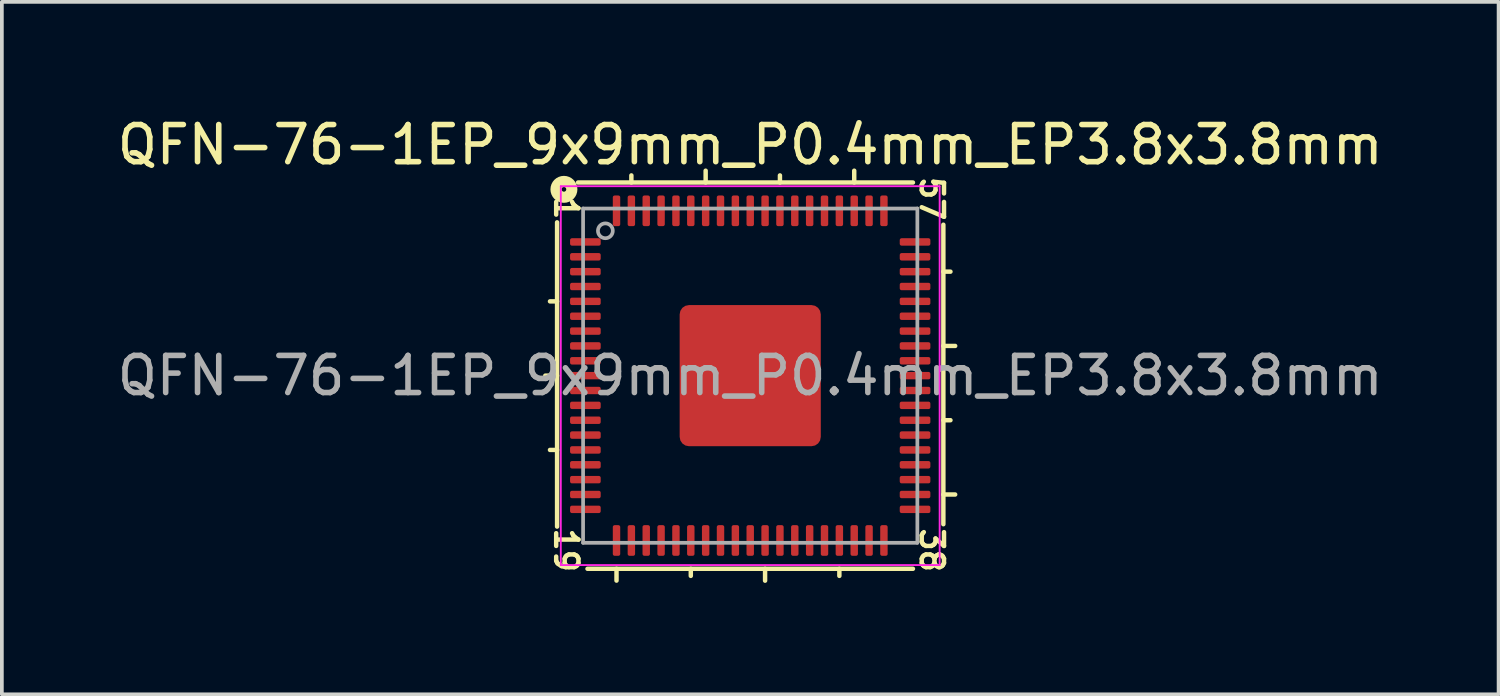
<source format=kicad_pcb>
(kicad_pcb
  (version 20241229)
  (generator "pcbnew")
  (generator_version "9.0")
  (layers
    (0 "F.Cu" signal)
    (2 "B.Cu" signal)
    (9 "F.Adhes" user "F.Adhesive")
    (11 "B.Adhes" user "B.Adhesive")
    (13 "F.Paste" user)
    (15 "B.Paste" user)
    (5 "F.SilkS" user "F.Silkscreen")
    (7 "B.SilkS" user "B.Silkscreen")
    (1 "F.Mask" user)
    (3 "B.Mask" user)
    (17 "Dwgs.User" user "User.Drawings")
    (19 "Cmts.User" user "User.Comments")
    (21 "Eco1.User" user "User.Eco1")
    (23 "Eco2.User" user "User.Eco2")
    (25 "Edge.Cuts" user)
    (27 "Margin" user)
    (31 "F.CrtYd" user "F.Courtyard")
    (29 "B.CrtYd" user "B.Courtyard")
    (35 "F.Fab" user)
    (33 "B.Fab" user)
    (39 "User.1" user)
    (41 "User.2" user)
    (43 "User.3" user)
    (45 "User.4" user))
  (footprint "QFN-76-1EP_9x9mm_P0.4mm_EP3.8x3.8mm"
    (layer "F.Cu")
    (at 17.149 7.064)
    (property "Reference" "QFN-76-1EP_9x9mm_P0.4mm_EP3.8x3.8mm" (at 0 -6.216 0) (layer "F.SilkS") (effects (font (size 1 1) (thickness 0.15))))
    (attr smd)
    (fp_line (start -5.2 -4.128) (end -5.2 4.064) (stroke (width 0.12) (type solid)) (layer "F.SilkS"))
    (fp_line (start -5.2 -2) (end -5.391 -2) (stroke (width 0.12) (type solid)) (layer "F.SilkS"))
    (fp_line (start -5.2 0) (end -5.518 0) (stroke (width 0.12) (type solid)) (layer "F.SilkS"))
    (fp_line (start -5.2 2) (end -5.391 2) (stroke (width 0.12) (type solid)) (layer "F.SilkS"))
    (fp_line (start -4.381 5.2) (end 4.381 5.2) (stroke (width 0.12) (type solid)) (layer "F.SilkS"))
    (fp_line (start -3.6 5.2) (end -3.6 5.518) (stroke (width 0.12) (type solid)) (layer "F.SilkS"))
    (fp_line (start -3.2 -5.2) (end -3.2 -5.391) (stroke (width 0.12) (type solid)) (layer "F.SilkS"))
    (fp_line (start -1.6 5.2) (end -1.6 5.391) (stroke (width 0.12) (type solid)) (layer "F.SilkS"))
    (fp_line (start -1.2 -5.2) (end -1.2 -5.518) (stroke (width 0.12) (type solid)) (layer "F.SilkS"))
    (fp_line (start 0.4 5.2) (end 0.4 5.52) (stroke (width 0.12) (type solid)) (layer "F.SilkS"))
    (fp_line (start 0.8 -5.2) (end 0.8 -5.391) (stroke (width 0.12) (type solid)) (layer "F.SilkS"))
    (fp_line (start 2.4 5.2) (end 2.4 5.391) (stroke (width 0.12) (type solid)) (layer "F.SilkS"))
    (fp_line (start 2.8 -5.2) (end 2.8 -5.518) (stroke (width 0.12) (type solid)) (layer "F.SilkS"))
    (fp_line (start 4.381 -5.2) (end -4.636 -5.2) (stroke (width 0.12) (type solid)) (layer "F.SilkS"))
    (fp_line (start 5.2 -2.8) (end 5.391 -2.8) (stroke (width 0.12) (type solid)) (layer "F.SilkS"))
    (fp_line (start 5.2 -0.8) (end 5.518 -0.8) (stroke (width 0.12) (type solid)) (layer "F.SilkS"))
    (fp_line (start 5.2 1.2) (end 5.391 1.2) (stroke (width 0.12) (type solid)) (layer "F.SilkS"))
    (fp_line (start 5.2 3.2) (end 5.518 3.2) (stroke (width 0.12) (type solid)) (layer "F.SilkS"))
    (fp_line (start 5.2 4) (end 5.2 -4.064) (stroke (width 0.12) (type solid)) (layer "F.SilkS"))
    (fp_circle (center -5.016 -5.016) (end -4.953 -5.016) (stroke (width 0.3) (type solid)) (fill no) (layer "F.SilkS"))
    (fp_line (start -5.1 -5.1) (end -5.1 5.1) (stroke (width 0.05) (type solid)) (layer "F.CrtYd"))
    (fp_line (start -5.1 5.1) (end 5.1 5.1) (stroke (width 0.05) (type solid)) (layer "F.CrtYd"))
    (fp_line (start 5.1 -5.1) (end -5.1 -5.1) (stroke (width 0.05) (type solid)) (layer "F.CrtYd"))
    (fp_line (start 5.1 5.1) (end 5.1 -5.1) (stroke (width 0.05) (type solid)) (layer "F.CrtYd"))
    (fp_line (start -4.5 -4.5) (end 4.5 -4.5) (stroke (width 0.1) (type solid)) (layer "F.Fab"))
    (fp_line (start -4.5 4.5) (end -4.5 -4.5) (stroke (width 0.1) (type solid)) (layer "F.Fab"))
    (fp_line (start 4.5 -4.5) (end 4.5 4.5) (stroke (width 0.1) (type solid)) (layer "F.Fab"))
    (fp_line (start 4.5 4.5) (end -4.5 4.5) (stroke (width 0.1) (type solid)) (layer "F.Fab"))
    (fp_circle (center -3.9 -3.9) (end -3.7 -3.9) (stroke (width 0.1) (type solid)) (fill no) (layer "F.Fab"))
    (fp_text user "38" (at 4.889 4.699 270) (unlocked yes) (layer "F.SilkS") (effects (font (size 0.6 0.6) (thickness 0.12))))
    (fp_text user "1" (at -4.953 -4.508 270) (unlocked yes) (layer "F.SilkS") (effects (font (size 0.6 0.6) (thickness 0.12))))
    (fp_text user "19" (at -4.953 4.699 270) (unlocked yes) (layer "F.SilkS") (effects (font (size 0.6 0.6) (thickness 0.12))))
    (fp_text user "57" (at 4.889 -4.763 270) (unlocked yes) (layer "F.SilkS") (effects (font (size 0.6 0.6) (thickness 0.12))))
    (fp_text user "${REFERENCE}" (at 0 0 0) (layer "F.Fab") (effects (font (size 1 1) (thickness 0.15))))
    (pad "" smd roundrect (at -1.27 -1.27) (size 1.02 1.02) (layers "F.Paste") (roundrect_rratio 0.245))
    (pad "" smd roundrect (at -1.27 0) (size 1.02 1.02) (layers "F.Paste") (roundrect_rratio 0.245))
    (pad "" smd roundrect (at -1.27 1.27) (size 1.02 1.02) (layers "F.Paste") (roundrect_rratio 0.245))
    (pad "" smd roundrect (at 0 -1.27) (size 1.02 1.02) (layers "F.Paste") (roundrect_rratio 0.245))
    (pad "" smd roundrect (at 0 0) (size 1.02 1.02) (layers "F.Paste") (roundrect_rratio 0.245))
    (pad "" smd roundrect (at 0 1.27) (size 1.02 1.02) (layers "F.Paste") (roundrect_rratio 0.245))
    (pad "" smd roundrect (at 1.27 -1.27) (size 1.02 1.02) (layers "F.Paste") (roundrect_rratio 0.245))
    (pad "" smd roundrect (at 1.27 0) (size 1.02 1.02) (layers "F.Paste") (roundrect_rratio 0.245))
    (pad "" smd roundrect (at 1.27 1.27) (size 1.02 1.02) (layers "F.Paste") (roundrect_rratio 0.245))
    (pad "1" smd roundrect (at -4.438 -3.6) (size 0.825 0.2) (layers "F.Cu" "F.Mask" "F.Paste") (roundrect_rratio 0.25))
    (pad "2" smd roundrect (at -4.438 -3.2) (size 0.825 0.2) (layers "F.Cu" "F.Mask" "F.Paste") (roundrect_rratio 0.25))
    (pad "3" smd roundrect (at -4.438 -2.8) (size 0.825 0.2) (layers "F.Cu" "F.Mask" "F.Paste") (roundrect_rratio 0.25))
    (pad "4" smd roundrect (at -4.438 -2.4) (size 0.825 0.2) (layers "F.Cu" "F.Mask" "F.Paste") (roundrect_rratio 0.25))
    (pad "5" smd roundrect (at -4.438 -2) (size 0.825 0.2) (layers "F.Cu" "F.Mask" "F.Paste") (roundrect_rratio 0.25))
    (pad "6" smd roundrect (at -4.438 -1.6) (size 0.825 0.2) (layers "F.Cu" "F.Mask" "F.Paste") (roundrect_rratio 0.25))
    (pad "7" smd roundrect (at -4.438 -1.2) (size 0.825 0.2) (layers "F.Cu" "F.Mask" "F.Paste") (roundrect_rratio 0.25))
    (pad "8" smd roundrect (at -4.438 -0.8) (size 0.825 0.2) (layers "F.Cu" "F.Mask" "F.Paste") (roundrect_rratio 0.25))
    (pad "9" smd roundrect (at -4.438 -0.4) (size 0.825 0.2) (layers "F.Cu" "F.Mask" "F.Paste") (roundrect_rratio 0.25))
    (pad "10" smd roundrect (at -4.438 0) (size 0.825 0.2) (layers "F.Cu" "F.Mask" "F.Paste") (roundrect_rratio 0.25))
    (pad "11" smd roundrect (at -4.438 0.4) (size 0.825 0.2) (layers "F.Cu" "F.Mask" "F.Paste") (roundrect_rratio 0.25))
    (pad "12" smd roundrect (at -4.438 0.8) (size 0.825 0.2) (layers "F.Cu" "F.Mask" "F.Paste") (roundrect_rratio 0.25))
    (pad "13" smd roundrect (at -4.438 1.2) (size 0.825 0.2) (layers "F.Cu" "F.Mask" "F.Paste") (roundrect_rratio 0.25))
    (pad "14" smd roundrect (at -4.438 1.6) (size 0.825 0.2) (layers "F.Cu" "F.Mask" "F.Paste") (roundrect_rratio 0.25))
    (pad "15" smd roundrect (at -4.438 2) (size 0.825 0.2) (layers "F.Cu" "F.Mask" "F.Paste") (roundrect_rratio 0.25))
    (pad "16" smd roundrect (at -4.438 2.4) (size 0.825 0.2) (layers "F.Cu" "F.Mask" "F.Paste") (roundrect_rratio 0.25))
    (pad "17" smd roundrect (at -4.438 2.8) (size 0.825 0.2) (layers "F.Cu" "F.Mask" "F.Paste") (roundrect_rratio 0.25))
    (pad "18" smd roundrect (at -4.438 3.2) (size 0.825 0.2) (layers "F.Cu" "F.Mask" "F.Paste") (roundrect_rratio 0.25))
    (pad "19" smd roundrect (at -4.438 3.6) (size 0.825 0.2) (layers "F.Cu" "F.Mask" "F.Paste") (roundrect_rratio 0.25))
    (pad "20" smd roundrect (at -3.6 4.438) (size 0.2 0.825) (layers "F.Cu" "F.Mask" "F.Paste") (roundrect_rratio 0.25))
    (pad "21" smd roundrect (at -3.2 4.438) (size 0.2 0.825) (layers "F.Cu" "F.Mask" "F.Paste") (roundrect_rratio 0.25))
    (pad "22" smd roundrect (at -2.8 4.438) (size 0.2 0.825) (layers "F.Cu" "F.Mask" "F.Paste") (roundrect_rratio 0.25))
    (pad "23" smd roundrect (at -2.4 4.438) (size 0.2 0.825) (layers "F.Cu" "F.Mask" "F.Paste") (roundrect_rratio 0.25))
    (pad "24" smd roundrect (at -2 4.438) (size 0.2 0.825) (layers "F.Cu" "F.Mask" "F.Paste") (roundrect_rratio 0.25))
    (pad "25" smd roundrect (at -1.6 4.438) (size 0.2 0.825) (layers "F.Cu" "F.Mask" "F.Paste") (roundrect_rratio 0.25))
    (pad "26" smd roundrect (at -1.2 4.438) (size 0.2 0.825) (layers "F.Cu" "F.Mask" "F.Paste") (roundrect_rratio 0.25))
    (pad "27" smd roundrect (at -0.8 4.438) (size 0.2 0.825) (layers "F.Cu" "F.Mask" "F.Paste") (roundrect_rratio 0.25))
    (pad "28" smd roundrect (at -0.4 4.438) (size 0.2 0.825) (layers "F.Cu" "F.Mask" "F.Paste") (roundrect_rratio 0.25))
    (pad "29" smd roundrect (at 0 4.438) (size 0.2 0.825) (layers "F.Cu" "F.Mask" "F.Paste") (roundrect_rratio 0.25))
    (pad "30" smd roundrect (at 0.4 4.438) (size 0.2 0.825) (layers "F.Cu" "F.Mask" "F.Paste") (roundrect_rratio 0.25))
    (pad "31" smd roundrect (at 0.8 4.438) (size 0.2 0.825) (layers "F.Cu" "F.Mask" "F.Paste") (roundrect_rratio 0.25))
    (pad "32" smd roundrect (at 1.2 4.438) (size 0.2 0.825) (layers "F.Cu" "F.Mask" "F.Paste") (roundrect_rratio 0.25))
    (pad "33" smd roundrect (at 1.6 4.438) (size 0.2 0.825) (layers "F.Cu" "F.Mask" "F.Paste") (roundrect_rratio 0.25))
    (pad "34" smd roundrect (at 2 4.438) (size 0.2 0.825) (layers "F.Cu" "F.Mask" "F.Paste") (roundrect_rratio 0.25))
    (pad "35" smd roundrect (at 2.4 4.438) (size 0.2 0.825) (layers "F.Cu" "F.Mask" "F.Paste") (roundrect_rratio 0.25))
    (pad "36" smd roundrect (at 2.8 4.438) (size 0.2 0.825) (layers "F.Cu" "F.Mask" "F.Paste") (roundrect_rratio 0.25))
    (pad "37" smd roundrect (at 3.2 4.438) (size 0.2 0.825) (layers "F.Cu" "F.Mask" "F.Paste") (roundrect_rratio 0.25))
    (pad "38" smd roundrect (at 3.6 4.438) (size 0.2 0.825) (layers "F.Cu" "F.Mask" "F.Paste") (roundrect_rratio 0.25))
    (pad "39" smd roundrect (at 4.438 3.6) (size 0.825 0.2) (layers "F.Cu" "F.Mask" "F.Paste") (roundrect_rratio 0.25))
    (pad "40" smd roundrect (at 4.438 3.2) (size 0.825 0.2) (layers "F.Cu" "F.Mask" "F.Paste") (roundrect_rratio 0.25))
    (pad "41" smd roundrect (at 4.438 2.8) (size 0.825 0.2) (layers "F.Cu" "F.Mask" "F.Paste") (roundrect_rratio 0.25))
    (pad "42" smd roundrect (at 4.438 2.4) (size 0.825 0.2) (layers "F.Cu" "F.Mask" "F.Paste") (roundrect_rratio 0.25))
    (pad "43" smd roundrect (at 4.438 2) (size 0.825 0.2) (layers "F.Cu" "F.Mask" "F.Paste") (roundrect_rratio 0.25))
    (pad "44" smd roundrect (at 4.438 1.6) (size 0.825 0.2) (layers "F.Cu" "F.Mask" "F.Paste") (roundrect_rratio 0.25))
    (pad "45" smd roundrect (at 4.438 1.2) (size 0.825 0.2) (layers "F.Cu" "F.Mask" "F.Paste") (roundrect_rratio 0.25))
    (pad "46" smd roundrect (at 4.438 0.8) (size 0.825 0.2) (layers "F.Cu" "F.Mask" "F.Paste") (roundrect_rratio 0.25))
    (pad "47" smd roundrect (at 4.438 0.4) (size 0.825 0.2) (layers "F.Cu" "F.Mask" "F.Paste") (roundrect_rratio 0.25))
    (pad "48" smd roundrect (at 4.438 0) (size 0.825 0.2) (layers "F.Cu" "F.Mask" "F.Paste") (roundrect_rratio 0.25))
    (pad "49" smd roundrect (at 4.438 -0.4) (size 0.825 0.2) (layers "F.Cu" "F.Mask" "F.Paste") (roundrect_rratio 0.25))
    (pad "50" smd roundrect (at 4.438 -0.8) (size 0.825 0.2) (layers "F.Cu" "F.Mask" "F.Paste") (roundrect_rratio 0.25))
    (pad "51" smd roundrect (at 4.438 -1.2) (size 0.825 0.2) (layers "F.Cu" "F.Mask" "F.Paste") (roundrect_rratio 0.25))
    (pad "52" smd roundrect (at 4.438 -1.6) (size 0.825 0.2) (layers "F.Cu" "F.Mask" "F.Paste") (roundrect_rratio 0.25))
    (pad "53" smd roundrect (at 4.438 -2) (size 0.825 0.2) (layers "F.Cu" "F.Mask" "F.Paste") (roundrect_rratio 0.25))
    (pad "54" smd roundrect (at 4.438 -2.4) (size 0.825 0.2) (layers "F.Cu" "F.Mask" "F.Paste") (roundrect_rratio 0.25))
    (pad "55" smd roundrect (at 4.438 -2.8) (size 0.825 0.2) (layers "F.Cu" "F.Mask" "F.Paste") (roundrect_rratio 0.25))
    (pad "56" smd roundrect (at 4.438 -3.2) (size 0.825 0.2) (layers "F.Cu" "F.Mask" "F.Paste") (roundrect_rratio 0.25))
    (pad "57" smd roundrect (at 4.438 -3.6) (size 0.825 0.2) (layers "F.Cu" "F.Mask" "F.Paste") (roundrect_rratio 0.25))
    (pad "58" smd roundrect (at 3.6 -4.438) (size 0.2 0.825) (layers "F.Cu" "F.Mask" "F.Paste") (roundrect_rratio 0.25))
    (pad "59" smd roundrect (at 3.2 -4.438) (size 0.2 0.825) (layers "F.Cu" "F.Mask" "F.Paste") (roundrect_rratio 0.25))
    (pad "60" smd roundrect (at 2.8 -4.438) (size 0.2 0.825) (layers "F.Cu" "F.Mask" "F.Paste") (roundrect_rratio 0.25))
    (pad "61" smd roundrect (at 2.4 -4.438) (size 0.2 0.825) (layers "F.Cu" "F.Mask" "F.Paste") (roundrect_rratio 0.25))
    (pad "62" smd roundrect (at 2 -4.438) (size 0.2 0.825) (layers "F.Cu" "F.Mask" "F.Paste") (roundrect_rratio 0.25))
    (pad "63" smd roundrect (at 1.6 -4.438) (size 0.2 0.825) (layers "F.Cu" "F.Mask" "F.Paste") (roundrect_rratio 0.25))
    (pad "64" smd roundrect (at 1.2 -4.438) (size 0.2 0.825) (layers "F.Cu" "F.Mask" "F.Paste") (roundrect_rratio 0.25))
    (pad "65" smd roundrect (at 0.8 -4.438) (size 0.2 0.825) (layers "F.Cu" "F.Mask" "F.Paste") (roundrect_rratio 0.25))
    (pad "66" smd roundrect (at 0.4 -4.438) (size 0.2 0.825) (layers "F.Cu" "F.Mask" "F.Paste") (roundrect_rratio 0.25))
    (pad "67" smd roundrect (at 0 -4.438) (size 0.2 0.825) (layers "F.Cu" "F.Mask" "F.Paste") (roundrect_rratio 0.25))
    (pad "68" smd roundrect (at -0.4 -4.438) (size 0.2 0.825) (layers "F.Cu" "F.Mask" "F.Paste") (roundrect_rratio 0.25))
    (pad "69" smd roundrect (at -0.8 -4.438) (size 0.2 0.825) (layers "F.Cu" "F.Mask" "F.Paste") (roundrect_rratio 0.25))
    (pad "70" smd roundrect (at -1.2 -4.438) (size 0.2 0.825) (layers "F.Cu" "F.Mask" "F.Paste") (roundrect_rratio 0.25))
    (pad "71" smd roundrect (at -1.6 -4.438) (size 0.2 0.825) (layers "F.Cu" "F.Mask" "F.Paste") (roundrect_rratio 0.25))
    (pad "72" smd roundrect (at -2 -4.438) (size 0.2 0.825) (layers "F.Cu" "F.Mask" "F.Paste") (roundrect_rratio 0.25))
    (pad "73" smd roundrect (at -2.4 -4.438) (size 0.2 0.825) (layers "F.Cu" "F.Mask" "F.Paste") (roundrect_rratio 0.25))
    (pad "74" smd roundrect (at -2.8 -4.438) (size 0.2 0.825) (layers "F.Cu" "F.Mask" "F.Paste") (roundrect_rratio 0.25))
    (pad "75" smd roundrect (at -3.2 -4.438) (size 0.2 0.825) (layers "F.Cu" "F.Mask" "F.Paste") (roundrect_rratio 0.25))
    (pad "76" smd roundrect (at -3.6 -4.438) (size 0.2 0.825) (layers "F.Cu" "F.Mask" "F.Paste") (roundrect_rratio 0.25))
    (pad "77" smd roundrect (at 0 0) (size 3.8 3.8) (layers "F.Cu" "F.Mask") (roundrect_rratio 0.066)))
  (gr_rect
    (start -3 -3)
    (end 37.298 15.644)
    (stroke (width 0.1) (type default))
    (fill no)
    (layer "Edge.Cuts")))
</source>
